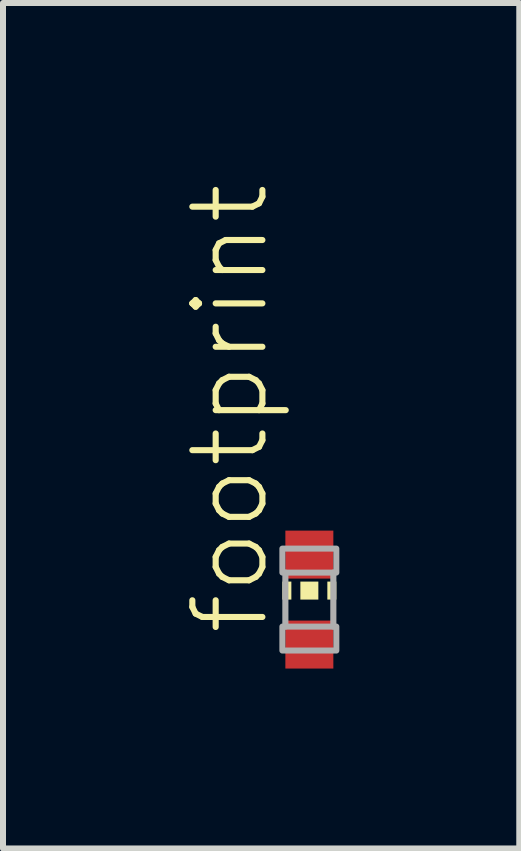
<source format=kicad_pcb>
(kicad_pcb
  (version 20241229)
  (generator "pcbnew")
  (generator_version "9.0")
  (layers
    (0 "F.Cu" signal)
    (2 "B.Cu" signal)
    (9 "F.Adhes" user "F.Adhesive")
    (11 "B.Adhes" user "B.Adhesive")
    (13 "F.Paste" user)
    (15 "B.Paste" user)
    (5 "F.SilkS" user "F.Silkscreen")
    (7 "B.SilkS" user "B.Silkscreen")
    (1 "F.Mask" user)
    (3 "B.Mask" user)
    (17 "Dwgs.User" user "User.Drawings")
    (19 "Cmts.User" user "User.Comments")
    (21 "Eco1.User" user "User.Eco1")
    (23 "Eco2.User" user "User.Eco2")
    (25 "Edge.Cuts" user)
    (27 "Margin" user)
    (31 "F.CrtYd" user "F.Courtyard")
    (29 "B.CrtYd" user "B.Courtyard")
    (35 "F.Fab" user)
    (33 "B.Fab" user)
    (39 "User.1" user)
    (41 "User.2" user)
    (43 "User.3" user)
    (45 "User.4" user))
  (footprint "footprint"
    (layer "F.Cu")
    (at 2.108 6.947)
    (property "Reference" "footprint" (at -0.635 0.635 90) (layer "F.SilkS") (effects (font (size 1.168 1.168) (thickness 0.102)) (justify left bottom)))
    (fp_poly (pts (xy -0.45 0) (xy -0.3 0) (xy -0.3 -0.3) (xy -0.45 -0.3)) (stroke (width 0) (type solid)) (fill yes) (layer "F.SilkS"))
    (fp_poly (pts (xy -0.15 0) (xy 0.15 0) (xy 0.15 -0.3) (xy -0.15 -0.3)) (stroke (width 0) (type solid)) (fill yes) (layer "F.SilkS"))
    (fp_poly (pts (xy 0.3 0) (xy 0.45 0) (xy 0.45 -0.3) (xy 0.3 -0.3)) (stroke (width 0) (type solid)) (fill yes) (layer "F.SilkS"))
    (fp_line (start -0.4 -0.45) (end -0.4 0.45) (stroke (width 0.102) (type solid)) (layer "F.Fab"))
    (fp_line (start 0.4 -0.45) (end 0.4 0.45) (stroke (width 0.102) (type solid)) (layer "F.Fab"))
    (fp_poly (pts (xy -0.45 -0.45) (xy 0.45 -0.45) (xy 0.45 -0.85) (xy -0.45 -0.85)) (stroke (width 0.1) (type solid)) (fill no) (layer "F.Fab"))
    (fp_poly (pts (xy -0.45 0.85) (xy 0.45 0.85) (xy 0.45 0.45) (xy -0.45 0.45)) (stroke (width 0.1) (type solid)) (fill no) (layer "F.Fab"))
    (pad "A" smd rect (at 0 0.75) (size 0.8 0.8) (layers "F.Cu" "F.Mask" "F.Paste"))
    (pad "C" smd rect (at 0 -0.75) (size 0.8 0.8) (layers "F.Cu" "F.Mask" "F.Paste")))
  (gr_rect
    (start -3 -3)
    (end 5.608 11.097)
    (stroke (width 0.1) (type default))
    (fill no)
    (layer "Edge.Cuts")))
</source>
